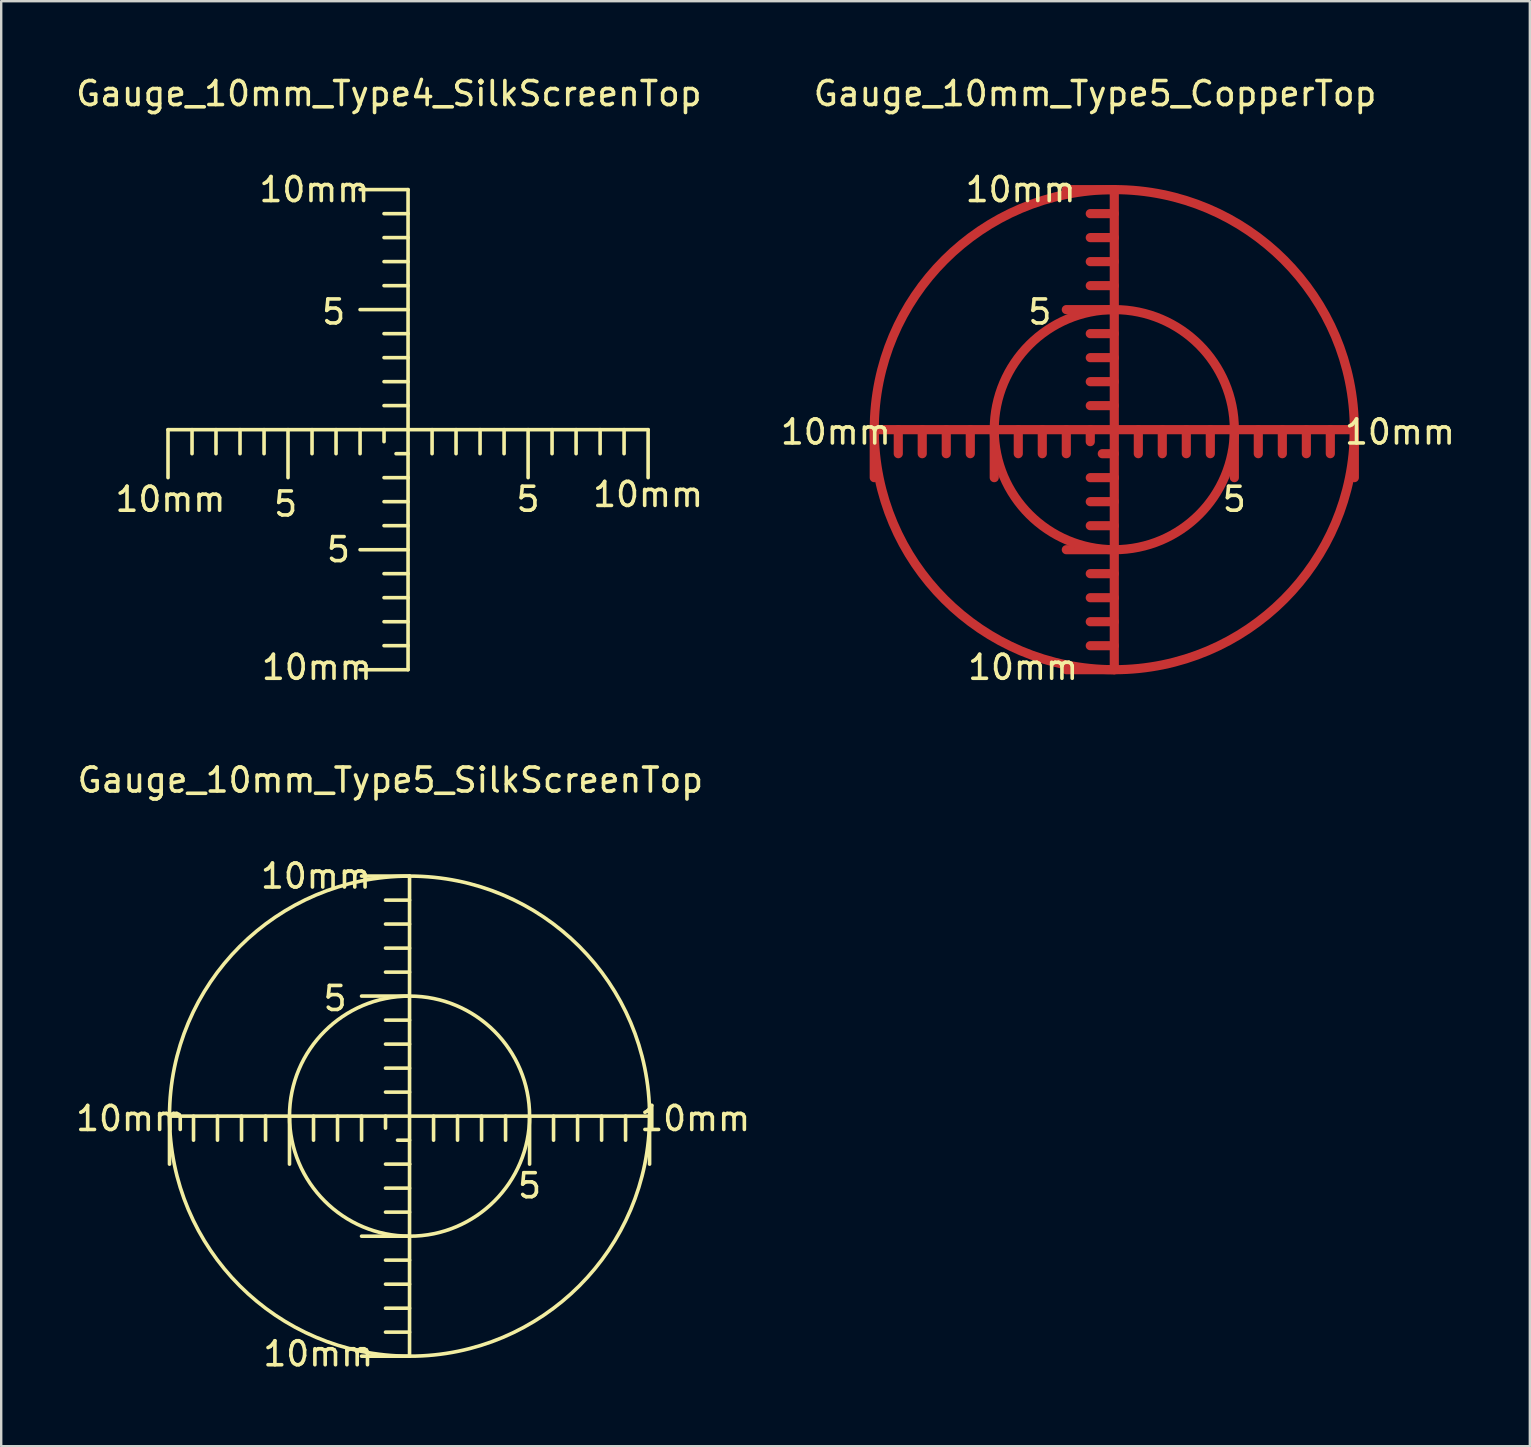
<source format=kicad_pcb>
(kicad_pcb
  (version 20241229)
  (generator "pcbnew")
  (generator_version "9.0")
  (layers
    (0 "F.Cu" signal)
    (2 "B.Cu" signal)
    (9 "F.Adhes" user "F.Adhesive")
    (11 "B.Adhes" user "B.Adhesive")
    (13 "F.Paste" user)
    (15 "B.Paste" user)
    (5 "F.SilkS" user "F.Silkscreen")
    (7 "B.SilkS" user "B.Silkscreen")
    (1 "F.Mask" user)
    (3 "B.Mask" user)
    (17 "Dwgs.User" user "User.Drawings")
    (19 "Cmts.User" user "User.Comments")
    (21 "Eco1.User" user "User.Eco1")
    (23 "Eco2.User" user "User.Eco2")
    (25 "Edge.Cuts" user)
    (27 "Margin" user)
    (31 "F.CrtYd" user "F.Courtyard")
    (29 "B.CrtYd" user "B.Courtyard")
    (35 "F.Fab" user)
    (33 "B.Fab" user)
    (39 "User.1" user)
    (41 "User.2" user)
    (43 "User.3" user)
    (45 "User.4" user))
  (footprint "Gauge_10mm_Type5_CopperTop"
    (layer "F.Cu")
    (at 43.37 14.849)
    (property "Reference" "Gauge_10mm_Type5_CopperTop" (at -0.8 -14 0) (layer "F.SilkS") (effects (font (size 1 1) (thickness 0.15))))
    (attr through_hole)
    (fp_line (start -10 0) (end -10 1.999) (stroke (width 0.381) (type solid)) (layer "F.Cu"))
    (fp_line (start -8.999 0) (end -8.999 1.001) (stroke (width 0.381) (type solid)) (layer "F.Cu"))
    (fp_line (start -8.001 0) (end -8.001 1.001) (stroke (width 0.381) (type solid)) (layer "F.Cu"))
    (fp_line (start -7 0) (end -7 1.001) (stroke (width 0.381) (type solid)) (layer "F.Cu"))
    (fp_line (start -5.999 0) (end -5.999 1.001) (stroke (width 0.381) (type solid)) (layer "F.Cu"))
    (fp_line (start -5.001 0) (end -5.001 1.999) (stroke (width 0.381) (type solid)) (layer "F.Cu"))
    (fp_line (start -4 0) (end -4 1.001) (stroke (width 0.381) (type solid)) (layer "F.Cu"))
    (fp_line (start -3 0) (end -3 1.001) (stroke (width 0.381) (type solid)) (layer "F.Cu"))
    (fp_line (start -1.999 0) (end -1.999 1.001) (stroke (width 0.381) (type solid)) (layer "F.Cu"))
    (fp_line (start -1.001 0) (end -1.001 0.5) (stroke (width 0.381) (type solid)) (layer "F.Cu"))
    (fp_line (start 0 -10) (end -1.999 -10) (stroke (width 0.381) (type solid)) (layer "F.Cu"))
    (fp_line (start 0 -8.999) (end -1.001 -8.999) (stroke (width 0.381) (type solid)) (layer "F.Cu"))
    (fp_line (start 0 -8.001) (end -1.001 -8.001) (stroke (width 0.381) (type solid)) (layer "F.Cu"))
    (fp_line (start 0 -7) (end -1.001 -7) (stroke (width 0.381) (type solid)) (layer "F.Cu"))
    (fp_line (start 0 -5.999) (end -1.001 -5.999) (stroke (width 0.381) (type solid)) (layer "F.Cu"))
    (fp_line (start 0 -5.001) (end -1.999 -5.001) (stroke (width 0.381) (type solid)) (layer "F.Cu"))
    (fp_line (start 0 -4) (end -1.001 -4) (stroke (width 0.381) (type solid)) (layer "F.Cu"))
    (fp_line (start 0 -3) (end -1.001 -3) (stroke (width 0.381) (type solid)) (layer "F.Cu"))
    (fp_line (start 0 -1.999) (end -1.001 -1.999) (stroke (width 0.381) (type solid)) (layer "F.Cu"))
    (fp_line (start 0 -1.001) (end -1.001 -1.001) (stroke (width 0.381) (type solid)) (layer "F.Cu"))
    (fp_line (start 0 0) (end -10 0) (stroke (width 0.381) (type solid)) (layer "F.Cu"))
    (fp_line (start 0 0) (end 0 -10) (stroke (width 0.381) (type solid)) (layer "F.Cu"))
    (fp_line (start 0 0) (end 0 1.999) (stroke (width 0.381) (type solid)) (layer "F.Cu"))
    (fp_line (start 0 0) (end 10 0) (stroke (width 0.381) (type solid)) (layer "F.Cu"))
    (fp_line (start 0 1.001) (end -0.5 1.001) (stroke (width 0.381) (type solid)) (layer "F.Cu"))
    (fp_line (start 0 1.999) (end -1.001 1.999) (stroke (width 0.381) (type solid)) (layer "F.Cu"))
    (fp_line (start 0 1.999) (end 0 10) (stroke (width 0.381) (type solid)) (layer "F.Cu"))
    (fp_line (start 0 3) (end -1.001 3) (stroke (width 0.381) (type solid)) (layer "F.Cu"))
    (fp_line (start 0 4) (end -1.001 4) (stroke (width 0.381) (type solid)) (layer "F.Cu"))
    (fp_line (start 0 5.001) (end -1.999 5.001) (stroke (width 0.381) (type solid)) (layer "F.Cu"))
    (fp_line (start 0 5.999) (end -1.001 5.999) (stroke (width 0.381) (type solid)) (layer "F.Cu"))
    (fp_line (start 0 7) (end -1.001 7) (stroke (width 0.381) (type solid)) (layer "F.Cu"))
    (fp_line (start 0 8.001) (end -1.001 8.001) (stroke (width 0.381) (type solid)) (layer "F.Cu"))
    (fp_line (start 0 8.999) (end -1.001 8.999) (stroke (width 0.381) (type solid)) (layer "F.Cu"))
    (fp_line (start 0 10) (end -1.999 10) (stroke (width 0.381) (type solid)) (layer "F.Cu"))
    (fp_line (start 1.001 0) (end 1.001 1.001) (stroke (width 0.381) (type solid)) (layer "F.Cu"))
    (fp_line (start 1.999 0) (end 1.999 1.001) (stroke (width 0.381) (type solid)) (layer "F.Cu"))
    (fp_line (start 3 0) (end 3 1.001) (stroke (width 0.381) (type solid)) (layer "F.Cu"))
    (fp_line (start 4 0) (end 4 1.001) (stroke (width 0.381) (type solid)) (layer "F.Cu"))
    (fp_line (start 5.001 0) (end 5.001 1.999) (stroke (width 0.381) (type solid)) (layer "F.Cu"))
    (fp_line (start 5.999 0) (end 5.999 1.001) (stroke (width 0.381) (type solid)) (layer "F.Cu"))
    (fp_line (start 7 0) (end 7 1.001) (stroke (width 0.381) (type solid)) (layer "F.Cu"))
    (fp_line (start 8.001 0) (end 8.001 1.001) (stroke (width 0.381) (type solid)) (layer "F.Cu"))
    (fp_line (start 8.999 0) (end 8.999 1.001) (stroke (width 0.381) (type solid)) (layer "F.Cu"))
    (fp_line (start 10 0) (end 10 1.999) (stroke (width 0.381) (type solid)) (layer "F.Cu"))
    (fp_circle (center 0 0) (end 5.001 0) (stroke (width 0.381) (type solid)) (fill no) (layer "F.Cu"))
    (fp_circle (center 0 0) (end 10 0) (stroke (width 0.381) (type solid)) (fill no) (layer "F.Cu"))
    (fp_text user "5" (at 4.999 2.901 0) (layer "F.SilkS") (effects (font (size 1 1) (thickness 0.15))))
    (fp_text user "10mm" (at -3.8 9.901 0) (layer "F.SilkS") (effects (font (size 1 1) (thickness 0.15))))
    (fp_text user "5" (at -3.101 -4.9 0) (layer "F.SilkS") (effects (font (size 1 1) (thickness 0.15))))
    (fp_text user "10mm" (at 11.9 0.099 0) (layer "F.SilkS") (effects (font (size 1 1) (thickness 0.15))))
    (fp_text user "10mm" (at -11.6 0.099 0) (layer "F.SilkS") (effects (font (size 1 1) (thickness 0.15))))
    (fp_text user "10mm" (at -3.901 -10 0) (layer "F.SilkS") (effects (font (size 1 1) (thickness 0.15)))))
  (footprint "Gauge_10mm_Type5_SilkScreenTop"
    (layer "F.Cu")
    (at 14.011 43.447)
    (property "Reference" "Gauge_10mm_Type5_SilkScreenTop" (at -0.8 -14 0) (layer "F.SilkS") (effects (font (size 1 1) (thickness 0.15))))
    (attr through_hole)
    (fp_line (start -10 0) (end -10 1.999) (stroke (width 0.15) (type solid)) (layer "F.SilkS"))
    (fp_line (start -8.999 0) (end -8.999 1.001) (stroke (width 0.15) (type solid)) (layer "F.SilkS"))
    (fp_line (start -8.001 0) (end -8.001 1.001) (stroke (width 0.15) (type solid)) (layer "F.SilkS"))
    (fp_line (start -7 0) (end -7 1.001) (stroke (width 0.15) (type solid)) (layer "F.SilkS"))
    (fp_line (start -5.999 0) (end -5.999 1.001) (stroke (width 0.15) (type solid)) (layer "F.SilkS"))
    (fp_line (start -5.001 0) (end -5.001 1.999) (stroke (width 0.15) (type solid)) (layer "F.SilkS"))
    (fp_line (start -4 0) (end -4 1.001) (stroke (width 0.15) (type solid)) (layer "F.SilkS"))
    (fp_line (start -3 0) (end -3 1.001) (stroke (width 0.15) (type solid)) (layer "F.SilkS"))
    (fp_line (start -1.999 0) (end -1.999 1.001) (stroke (width 0.15) (type solid)) (layer "F.SilkS"))
    (fp_line (start -1.001 0) (end -1.001 0.5) (stroke (width 0.15) (type solid)) (layer "F.SilkS"))
    (fp_line (start 0 -10) (end -1.999 -10) (stroke (width 0.15) (type solid)) (layer "F.SilkS"))
    (fp_line (start 0 -8.999) (end -1.001 -8.999) (stroke (width 0.15) (type solid)) (layer "F.SilkS"))
    (fp_line (start 0 -8.001) (end -1.001 -8.001) (stroke (width 0.15) (type solid)) (layer "F.SilkS"))
    (fp_line (start 0 -7) (end -1.001 -7) (stroke (width 0.15) (type solid)) (layer "F.SilkS"))
    (fp_line (start 0 -5.999) (end -1.001 -5.999) (stroke (width 0.15) (type solid)) (layer "F.SilkS"))
    (fp_line (start 0 -5.001) (end -1.999 -5.001) (stroke (width 0.15) (type solid)) (layer "F.SilkS"))
    (fp_line (start 0 -4) (end -1.001 -4) (stroke (width 0.15) (type solid)) (layer "F.SilkS"))
    (fp_line (start 0 -3) (end -1.001 -3) (stroke (width 0.15) (type solid)) (layer "F.SilkS"))
    (fp_line (start 0 -1.999) (end -1.001 -1.999) (stroke (width 0.15) (type solid)) (layer "F.SilkS"))
    (fp_line (start 0 -1.001) (end -1.001 -1.001) (stroke (width 0.15) (type solid)) (layer "F.SilkS"))
    (fp_line (start 0 0) (end -10 0) (stroke (width 0.15) (type solid)) (layer "F.SilkS"))
    (fp_line (start 0 0) (end 0 -10) (stroke (width 0.15) (type solid)) (layer "F.SilkS"))
    (fp_line (start 0 0) (end 0 1.999) (stroke (width 0.15) (type solid)) (layer "F.SilkS"))
    (fp_line (start 0 0) (end 10 0) (stroke (width 0.15) (type solid)) (layer "F.SilkS"))
    (fp_line (start 0 1.001) (end -0.5 1.001) (stroke (width 0.15) (type solid)) (layer "F.SilkS"))
    (fp_line (start 0 1.999) (end -1.001 1.999) (stroke (width 0.15) (type solid)) (layer "F.SilkS"))
    (fp_line (start 0 1.999) (end 0 10) (stroke (width 0.15) (type solid)) (layer "F.SilkS"))
    (fp_line (start 0 3) (end -1.001 3) (stroke (width 0.15) (type solid)) (layer "F.SilkS"))
    (fp_line (start 0 4) (end -1.001 4) (stroke (width 0.15) (type solid)) (layer "F.SilkS"))
    (fp_line (start 0 5.001) (end -1.999 5.001) (stroke (width 0.15) (type solid)) (layer "F.SilkS"))
    (fp_line (start 0 5.999) (end -1.001 5.999) (stroke (width 0.15) (type solid)) (layer "F.SilkS"))
    (fp_line (start 0 7) (end -1.001 7) (stroke (width 0.15) (type solid)) (layer "F.SilkS"))
    (fp_line (start 0 8.001) (end -1.001 8.001) (stroke (width 0.15) (type solid)) (layer "F.SilkS"))
    (fp_line (start 0 8.999) (end -1.001 8.999) (stroke (width 0.15) (type solid)) (layer "F.SilkS"))
    (fp_line (start 0 10) (end -1.999 10) (stroke (width 0.15) (type solid)) (layer "F.SilkS"))
    (fp_line (start 1.001 0) (end 1.001 1.001) (stroke (width 0.15) (type solid)) (layer "F.SilkS"))
    (fp_line (start 1.999 0) (end 1.999 1.001) (stroke (width 0.15) (type solid)) (layer "F.SilkS"))
    (fp_line (start 3 0) (end 3 1.001) (stroke (width 0.15) (type solid)) (layer "F.SilkS"))
    (fp_line (start 4 0) (end 4 1.001) (stroke (width 0.15) (type solid)) (layer "F.SilkS"))
    (fp_line (start 5.001 0) (end 5.001 1.999) (stroke (width 0.15) (type solid)) (layer "F.SilkS"))
    (fp_line (start 5.999 0) (end 5.999 1.001) (stroke (width 0.15) (type solid)) (layer "F.SilkS"))
    (fp_line (start 7 0) (end 7 1.001) (stroke (width 0.15) (type solid)) (layer "F.SilkS"))
    (fp_line (start 8.001 0) (end 8.001 1.001) (stroke (width 0.15) (type solid)) (layer "F.SilkS"))
    (fp_line (start 8.999 0) (end 8.999 1.001) (stroke (width 0.15) (type solid)) (layer "F.SilkS"))
    (fp_line (start 10 0) (end 10 1.999) (stroke (width 0.15) (type solid)) (layer "F.SilkS"))
    (fp_circle (center 0 0) (end 5.001 0) (stroke (width 0.15) (type solid)) (fill no) (layer "F.SilkS"))
    (fp_circle (center 0 0) (end 10 0) (stroke (width 0.15) (type solid)) (fill no) (layer "F.SilkS"))
    (fp_text user "5" (at -3.101 -4.9 0) (layer "F.SilkS") (effects (font (size 1 1) (thickness 0.15))))
    (fp_text user "10mm" (at -11.6 0.099 0) (layer "F.SilkS") (effects (font (size 1 1) (thickness 0.15))))
    (fp_text user "10mm" (at 11.9 0.099 0) (layer "F.SilkS") (effects (font (size 1 1) (thickness 0.15))))
    (fp_text user "10mm" (at -3.8 9.901 0) (layer "F.SilkS") (effects (font (size 1 1) (thickness 0.15))))
    (fp_text user "5" (at 4.999 2.901 0) (layer "F.SilkS") (effects (font (size 1 1) (thickness 0.15))))
    (fp_text user "10mm" (at -3.901 -10 0) (layer "F.SilkS") (effects (font (size 1 1) (thickness 0.15)))))
  (footprint "Gauge_10mm_Type4_SilkScreenTop"
    (layer "F.Cu")
    (at 13.949 14.849)
    (property "Reference" "Gauge_10mm_Type4_SilkScreenTop" (at -0.8 -14 0) (layer "F.SilkS") (effects (font (size 1 1) (thickness 0.15))))
    (attr through_hole)
    (fp_line (start -10 0) (end -10 1.999) (stroke (width 0.15) (type solid)) (layer "F.SilkS"))
    (fp_line (start -8.999 0) (end -8.999 1.001) (stroke (width 0.15) (type solid)) (layer "F.SilkS"))
    (fp_line (start -8.001 0) (end -8.001 1.001) (stroke (width 0.15) (type solid)) (layer "F.SilkS"))
    (fp_line (start -7 0) (end -7 1.001) (stroke (width 0.15) (type solid)) (layer "F.SilkS"))
    (fp_line (start -5.999 0) (end -5.999 1.001) (stroke (width 0.15) (type solid)) (layer "F.SilkS"))
    (fp_line (start -5.001 0) (end -5.001 1.999) (stroke (width 0.15) (type solid)) (layer "F.SilkS"))
    (fp_line (start -4 0) (end -4 1.001) (stroke (width 0.15) (type solid)) (layer "F.SilkS"))
    (fp_line (start -3 0) (end -3 1.001) (stroke (width 0.15) (type solid)) (layer "F.SilkS"))
    (fp_line (start -1.999 0) (end -1.999 1.001) (stroke (width 0.15) (type solid)) (layer "F.SilkS"))
    (fp_line (start -1.001 0) (end -1.001 0.5) (stroke (width 0.15) (type solid)) (layer "F.SilkS"))
    (fp_line (start 0 -10) (end -1.999 -10) (stroke (width 0.15) (type solid)) (layer "F.SilkS"))
    (fp_line (start 0 -8.999) (end -1.001 -8.999) (stroke (width 0.15) (type solid)) (layer "F.SilkS"))
    (fp_line (start 0 -8.001) (end -1.001 -8.001) (stroke (width 0.15) (type solid)) (layer "F.SilkS"))
    (fp_line (start 0 -7) (end -1.001 -7) (stroke (width 0.15) (type solid)) (layer "F.SilkS"))
    (fp_line (start 0 -5.999) (end -1.001 -5.999) (stroke (width 0.15) (type solid)) (layer "F.SilkS"))
    (fp_line (start 0 -5.001) (end -1.999 -5.001) (stroke (width 0.15) (type solid)) (layer "F.SilkS"))
    (fp_line (start 0 -4) (end -1.001 -4) (stroke (width 0.15) (type solid)) (layer "F.SilkS"))
    (fp_line (start 0 -3) (end -1.001 -3) (stroke (width 0.15) (type solid)) (layer "F.SilkS"))
    (fp_line (start 0 -1.999) (end -1.001 -1.999) (stroke (width 0.15) (type solid)) (layer "F.SilkS"))
    (fp_line (start 0 -1.001) (end -1.001 -1.001) (stroke (width 0.15) (type solid)) (layer "F.SilkS"))
    (fp_line (start 0 0) (end -10 0) (stroke (width 0.15) (type solid)) (layer "F.SilkS"))
    (fp_line (start 0 0) (end 0 -10) (stroke (width 0.15) (type solid)) (layer "F.SilkS"))
    (fp_line (start 0 0) (end 0 1.999) (stroke (width 0.15) (type solid)) (layer "F.SilkS"))
    (fp_line (start 0 0) (end 10 0) (stroke (width 0.15) (type solid)) (layer "F.SilkS"))
    (fp_line (start 0 1.001) (end -0.5 1.001) (stroke (width 0.15) (type solid)) (layer "F.SilkS"))
    (fp_line (start 0 1.999) (end -1.001 1.999) (stroke (width 0.15) (type solid)) (layer "F.SilkS"))
    (fp_line (start 0 1.999) (end 0 10) (stroke (width 0.15) (type solid)) (layer "F.SilkS"))
    (fp_line (start 0 3) (end -1.001 3) (stroke (width 0.15) (type solid)) (layer "F.SilkS"))
    (fp_line (start 0 4) (end -1.001 4) (stroke (width 0.15) (type solid)) (layer "F.SilkS"))
    (fp_line (start 0 5.001) (end -1.999 5.001) (stroke (width 0.15) (type solid)) (layer "F.SilkS"))
    (fp_line (start 0 5.999) (end -1.001 5.999) (stroke (width 0.15) (type solid)) (layer "F.SilkS"))
    (fp_line (start 0 7) (end -1.001 7) (stroke (width 0.15) (type solid)) (layer "F.SilkS"))
    (fp_line (start 0 8.001) (end -1.001 8.001) (stroke (width 0.15) (type solid)) (layer "F.SilkS"))
    (fp_line (start 0 8.999) (end -1.001 8.999) (stroke (width 0.15) (type solid)) (layer "F.SilkS"))
    (fp_line (start 0 10) (end -1.999 10) (stroke (width 0.15) (type solid)) (layer "F.SilkS"))
    (fp_line (start 1.001 0) (end 1.001 1.001) (stroke (width 0.15) (type solid)) (layer "F.SilkS"))
    (fp_line (start 1.999 0) (end 1.999 1.001) (stroke (width 0.15) (type solid)) (layer "F.SilkS"))
    (fp_line (start 3 0) (end 3 1.001) (stroke (width 0.15) (type solid)) (layer "F.SilkS"))
    (fp_line (start 4 0) (end 4 1.001) (stroke (width 0.15) (type solid)) (layer "F.SilkS"))
    (fp_line (start 5.001 0) (end 5.001 1.999) (stroke (width 0.15) (type solid)) (layer "F.SilkS"))
    (fp_line (start 5.999 0) (end 5.999 1.001) (stroke (width 0.15) (type solid)) (layer "F.SilkS"))
    (fp_line (start 7 0) (end 7 1.001) (stroke (width 0.15) (type solid)) (layer "F.SilkS"))
    (fp_line (start 8.001 0) (end 8.001 1.001) (stroke (width 0.15) (type solid)) (layer "F.SilkS"))
    (fp_line (start 8.999 0) (end 8.999 1.001) (stroke (width 0.15) (type solid)) (layer "F.SilkS"))
    (fp_line (start 10 0) (end 10 1.999) (stroke (width 0.15) (type solid)) (layer "F.SilkS"))
    (fp_text user "10mm" (at -9.898 2.901 0) (layer "F.SilkS") (effects (font (size 1 1) (thickness 0.15))))
    (fp_text user "10mm" (at -3.8 9.901 0) (layer "F.SilkS") (effects (font (size 1 1) (thickness 0.15))))
    (fp_text user "5" (at -2.901 4.999 0) (layer "F.SilkS") (effects (font (size 1 1) (thickness 0.15))))
    (fp_text user "5" (at -5.1 3.099 0) (layer "F.SilkS") (effects (font (size 1 1) (thickness 0.15))))
    (fp_text user "10mm" (at -3.901 -10 0) (layer "F.SilkS") (effects (font (size 1 1) (thickness 0.15))))
    (fp_text user "5" (at 4.999 2.901 0) (layer "F.SilkS") (effects (font (size 1 1) (thickness 0.15))))
    (fp_text user "10mm" (at 10 2.7 0) (layer "F.SilkS") (effects (font (size 1 1) (thickness 0.15))))
    (fp_text user "5" (at -3.101 -4.9 0) (layer "F.SilkS") (effects (font (size 1 1) (thickness 0.15)))))
  (gr_rect
    (start -3 -3)
    (end 60.681 57.196)
    (stroke (width 0.1) (type default))
    (fill no)
    (layer "Edge.Cuts")))
</source>
